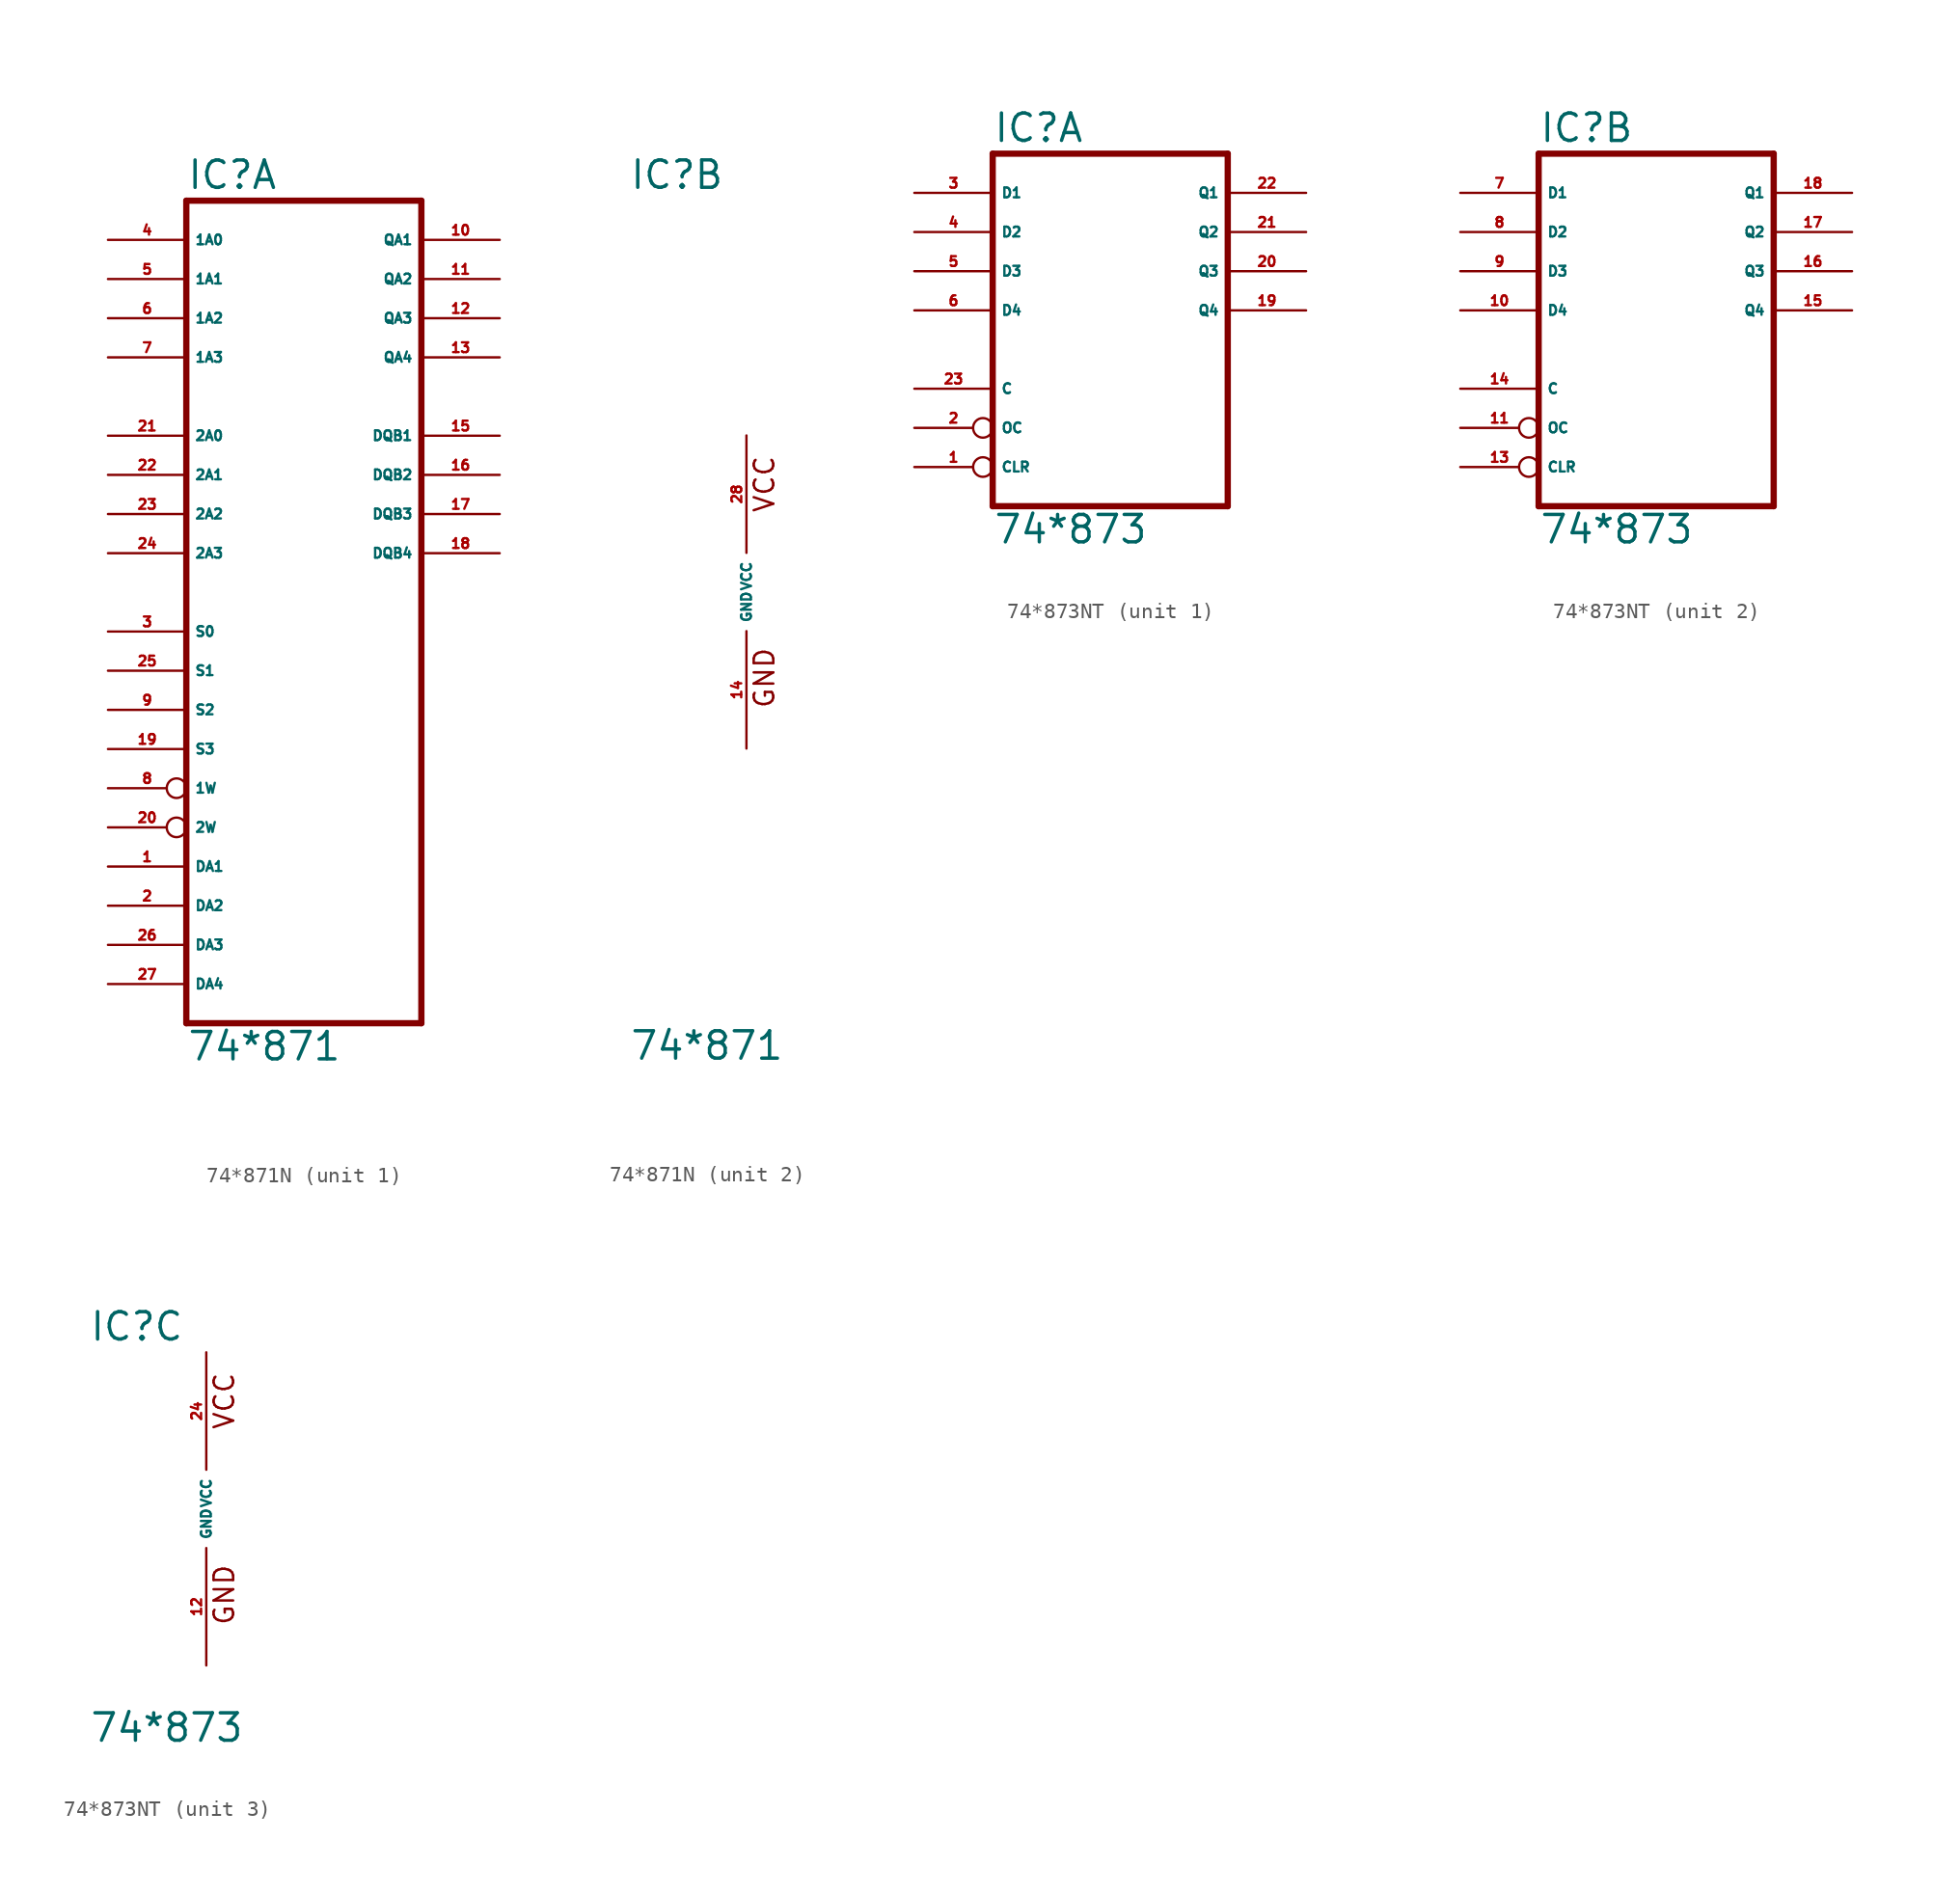
<source format=kicad_sym>
(kicad_symbol_lib
  (version 20220914)
  (generator Eagle2Kicad)
  (symbol "74*871N"
    (property "Reference" "IC"
      (at -7.62 26.035 0)
      (effects (font (size 1.778 1.778) (thickness 0.22)) (justify left bottom)))
    (property "Value" "74*871"
      (at -7.62 -30.48 0)
      (effects (font (size 1.778 1.778) (thickness 0.22)) (justify left bottom)))
    (symbol "74*871N_1_0"
      (polyline (pts (xy -7.62 -27.94) (xy 7.62 -27.94)) (stroke (width 0.406) (type default)) (fill (type none)))
      (polyline (pts (xy 7.62 -27.94) (xy 7.62 25.4)) (stroke (width 0.406) (type default)) (fill (type none)))
      (polyline (pts (xy 7.62 25.4) (xy -7.62 25.4)) (stroke (width 0.406) (type default)) (fill (type none)))
      (polyline (pts (xy -7.62 25.4) (xy -7.62 -27.94)) (stroke (width 0.406) (type default)) (fill (type none)))
      (pin input line (at -12.7 -17.78 0) (length 5.08) (name "DA1" (effects (font (size 0.635 0.635) (thickness 0.08)) (justify left bottom))) (number "1" (effects (font (size 0.635 0.635) (thickness 0.08)) (justify left bottom))))
      (pin input line (at -12.7 -20.32 0) (length 5.08) (name "DA2" (effects (font (size 0.635 0.635) (thickness 0.08)) (justify left bottom))) (number "2" (effects (font (size 0.635 0.635) (thickness 0.08)) (justify left bottom))))
      (pin input line (at -12.7 -2.54 0) (length 5.08) (name "S0" (effects (font (size 0.635 0.635) (thickness 0.08)) (justify left bottom))) (number "3" (effects (font (size 0.635 0.635) (thickness 0.08)) (justify left bottom))))
      (pin input line (at -12.7 22.86 0) (length 5.08) (name "1A0" (effects (font (size 0.635 0.635) (thickness 0.08)) (justify left bottom))) (number "4" (effects (font (size 0.635 0.635) (thickness 0.08)) (justify left bottom))))
      (pin input line (at -12.7 20.32 0) (length 5.08) (name "1A1" (effects (font (size 0.635 0.635) (thickness 0.08)) (justify left bottom))) (number "5" (effects (font (size 0.635 0.635) (thickness 0.08)) (justify left bottom))))
      (pin input line (at -12.7 17.78 0) (length 5.08) (name "1A2" (effects (font (size 0.635 0.635) (thickness 0.08)) (justify left bottom))) (number "6" (effects (font (size 0.635 0.635) (thickness 0.08)) (justify left bottom))))
      (pin input line (at -12.7 15.24 0) (length 5.08) (name "1A3" (effects (font (size 0.635 0.635) (thickness 0.08)) (justify left bottom))) (number "7" (effects (font (size 0.635 0.635) (thickness 0.08)) (justify left bottom))))
      (pin input inverted (at -12.7 -12.7 0) (length 5.08) (name "1W" (effects (font (size 0.635 0.635) (thickness 0.08)) (justify left bottom))) (number "8" (effects (font (size 0.635 0.635) (thickness 0.08)) (justify left bottom))))
      (pin input line (at -12.7 -7.62 0) (length 5.08) (name "S2" (effects (font (size 0.635 0.635) (thickness 0.08)) (justify left bottom))) (number "9" (effects (font (size 0.635 0.635) (thickness 0.08)) (justify left bottom))))
      (pin output line (at 12.7 22.86 180) (length 5.08) (name "QA1" (effects (font (size 0.635 0.635) (thickness 0.08)) (justify left bottom))) (number "10" (effects (font (size 0.635 0.635) (thickness 0.08)) (justify left bottom))))
      (pin output line (at 12.7 20.32 180) (length 5.08) (name "QA2" (effects (font (size 0.635 0.635) (thickness 0.08)) (justify left bottom))) (number "11" (effects (font (size 0.635 0.635) (thickness 0.08)) (justify left bottom))))
      (pin output line (at 12.7 17.78 180) (length 5.08) (name "QA3" (effects (font (size 0.635 0.635) (thickness 0.08)) (justify left bottom))) (number "12" (effects (font (size 0.635 0.635) (thickness 0.08)) (justify left bottom))))
      (pin output line (at 12.7 15.24 180) (length 5.08) (name "QA4" (effects (font (size 0.635 0.635) (thickness 0.08)) (justify left bottom))) (number "13" (effects (font (size 0.635 0.635) (thickness 0.08)) (justify left bottom))))
      (pin bidirectional line (at 12.7 10.16 180) (length 5.08) (name "DQB1" (effects (font (size 0.635 0.635) (thickness 0.08)) (justify left bottom))) (number "15" (effects (font (size 0.635 0.635) (thickness 0.08)) (justify left bottom))))
      (pin bidirectional line (at 12.7 7.62 180) (length 5.08) (name "DQB2" (effects (font (size 0.635 0.635) (thickness 0.08)) (justify left bottom))) (number "16" (effects (font (size 0.635 0.635) (thickness 0.08)) (justify left bottom))))
      (pin bidirectional line (at 12.7 5.08 180) (length 5.08) (name "DQB3" (effects (font (size 0.635 0.635) (thickness 0.08)) (justify left bottom))) (number "17" (effects (font (size 0.635 0.635) (thickness 0.08)) (justify left bottom))))
      (pin bidirectional line (at 12.7 2.54 180) (length 5.08) (name "DQB4" (effects (font (size 0.635 0.635) (thickness 0.08)) (justify left bottom))) (number "18" (effects (font (size 0.635 0.635) (thickness 0.08)) (justify left bottom))))
      (pin input line (at -12.7 -10.16 0) (length 5.08) (name "S3" (effects (font (size 0.635 0.635) (thickness 0.08)) (justify left bottom))) (number "19" (effects (font (size 0.635 0.635) (thickness 0.08)) (justify left bottom))))
      (pin input inverted (at -12.7 -15.24 0) (length 5.08) (name "2W" (effects (font (size 0.635 0.635) (thickness 0.08)) (justify left bottom))) (number "20" (effects (font (size 0.635 0.635) (thickness 0.08)) (justify left bottom))))
      (pin input line (at -12.7 10.16 0) (length 5.08) (name "2A0" (effects (font (size 0.635 0.635) (thickness 0.08)) (justify left bottom))) (number "21" (effects (font (size 0.635 0.635) (thickness 0.08)) (justify left bottom))))
      (pin input line (at -12.7 7.62 0) (length 5.08) (name "2A1" (effects (font (size 0.635 0.635) (thickness 0.08)) (justify left bottom))) (number "22" (effects (font (size 0.635 0.635) (thickness 0.08)) (justify left bottom))))
      (pin input line (at -12.7 5.08 0) (length 5.08) (name "2A2" (effects (font (size 0.635 0.635) (thickness 0.08)) (justify left bottom))) (number "23" (effects (font (size 0.635 0.635) (thickness 0.08)) (justify left bottom))))
      (pin input line (at -12.7 2.54 0) (length 5.08) (name "2A3" (effects (font (size 0.635 0.635) (thickness 0.08)) (justify left bottom))) (number "24" (effects (font (size 0.635 0.635) (thickness 0.08)) (justify left bottom))))
      (pin input line (at -12.7 -5.08 0) (length 5.08) (name "S1" (effects (font (size 0.635 0.635) (thickness 0.08)) (justify left bottom))) (number "25" (effects (font (size 0.635 0.635) (thickness 0.08)) (justify left bottom))))
      (pin input line (at -12.7 -22.86 0) (length 5.08) (name "DA3" (effects (font (size 0.635 0.635) (thickness 0.08)) (justify left bottom))) (number "26" (effects (font (size 0.635 0.635) (thickness 0.08)) (justify left bottom))))
      (pin input line (at -12.7 -25.4 0) (length 5.08) (name "DA4" (effects (font (size 0.635 0.635) (thickness 0.08)) (justify left bottom))) (number "27" (effects (font (size 0.635 0.635) (thickness 0.08)) (justify left bottom)))))
    (symbol "74*871N_2_0"
      (text "GND" (at 1.905 -7.62 900) (effects (font (size 1.27 1.27) (thickness 0.16)) (justify left bottom)))
      (text "VCC" (at 1.905 5.08 900) (effects (font (size 1.27 1.27) (thickness 0.16)) (justify left bottom)))
      (pin unspecified line (at 0 -10.16 90) (length 7.62) (name "GND" (effects (font (size 0.635 0.635) (thickness 0.08)) (justify left bottom))) (number "14" (effects (font (size 0.635 0.635) (thickness 0.08)) (justify left bottom))))
      (pin unspecified line (at 0 10.16 270) (length 7.62) (name "VCC" (effects (font (size 0.635 0.635) (thickness 0.08)) (justify left bottom))) (number "28" (effects (font (size 0.635 0.635) (thickness 0.08)) (justify left bottom))))))
  (symbol "74*873NT"
    (property "Reference" "IC"
      (at -7.62 10.795 0)
      (effects (font (size 1.778 1.778) (thickness 0.22)) (justify left bottom)))
    (property "Value" "74*873"
      (at -7.62 -15.24 0)
      (effects (font (size 1.778 1.778) (thickness 0.22)) (justify left bottom)))
    (symbol "74*873NT_1_0"
      (polyline (pts (xy -7.62 -12.7) (xy 7.62 -12.7)) (stroke (width 0.406) (type default)) (fill (type none)))
      (polyline (pts (xy 7.62 -12.7) (xy 7.62 10.16)) (stroke (width 0.406) (type default)) (fill (type none)))
      (polyline (pts (xy 7.62 10.16) (xy -7.62 10.16)) (stroke (width 0.406) (type default)) (fill (type none)))
      (polyline (pts (xy -7.62 10.16) (xy -7.62 -12.7)) (stroke (width 0.406) (type default)) (fill (type none)))
      (pin input inverted (at -12.7 -10.16 0) (length 5.08) (name "CLR" (effects (font (size 0.635 0.635) (thickness 0.08)) (justify left bottom))) (number "1" (effects (font (size 0.635 0.635) (thickness 0.08)) (justify left bottom))))
      (pin input inverted (at -12.7 -7.62 0) (length 5.08) (name "OC" (effects (font (size 0.635 0.635) (thickness 0.08)) (justify left bottom))) (number "2" (effects (font (size 0.635 0.635) (thickness 0.08)) (justify left bottom))))
      (pin input line (at -12.7 7.62 0) (length 5.08) (name "D1" (effects (font (size 0.635 0.635) (thickness 0.08)) (justify left bottom))) (number "3" (effects (font (size 0.635 0.635) (thickness 0.08)) (justify left bottom))))
      (pin input line (at -12.7 5.08 0) (length 5.08) (name "D2" (effects (font (size 0.635 0.635) (thickness 0.08)) (justify left bottom))) (number "4" (effects (font (size 0.635 0.635) (thickness 0.08)) (justify left bottom))))
      (pin input line (at -12.7 2.54 0) (length 5.08) (name "D3" (effects (font (size 0.635 0.635) (thickness 0.08)) (justify left bottom))) (number "5" (effects (font (size 0.635 0.635) (thickness 0.08)) (justify left bottom))))
      (pin input line (at -12.7 0 0) (length 5.08) (name "D4" (effects (font (size 0.635 0.635) (thickness 0.08)) (justify left bottom))) (number "6" (effects (font (size 0.635 0.635) (thickness 0.08)) (justify left bottom))))
      (pin tri_state line (at 12.7 0 180) (length 5.08) (name "Q4" (effects (font (size 0.635 0.635) (thickness 0.08)) (justify left bottom))) (number "19" (effects (font (size 0.635 0.635) (thickness 0.08)) (justify left bottom))))
      (pin tri_state line (at 12.7 2.54 180) (length 5.08) (name "Q3" (effects (font (size 0.635 0.635) (thickness 0.08)) (justify left bottom))) (number "20" (effects (font (size 0.635 0.635) (thickness 0.08)) (justify left bottom))))
      (pin tri_state line (at 12.7 5.08 180) (length 5.08) (name "Q2" (effects (font (size 0.635 0.635) (thickness 0.08)) (justify left bottom))) (number "21" (effects (font (size 0.635 0.635) (thickness 0.08)) (justify left bottom))))
      (pin tri_state line (at 12.7 7.62 180) (length 5.08) (name "Q1" (effects (font (size 0.635 0.635) (thickness 0.08)) (justify left bottom))) (number "22" (effects (font (size 0.635 0.635) (thickness 0.08)) (justify left bottom))))
      (pin input line (at -12.7 -5.08 0) (length 5.08) (name "C" (effects (font (size 0.635 0.635) (thickness 0.08)) (justify left bottom))) (number "23" (effects (font (size 0.635 0.635) (thickness 0.08)) (justify left bottom)))))
    (symbol "74*873NT_2_0"
      (polyline (pts (xy -7.62 -12.7) (xy 7.62 -12.7)) (stroke (width 0.406) (type default)) (fill (type none)))
      (polyline (pts (xy 7.62 -12.7) (xy 7.62 10.16)) (stroke (width 0.406) (type default)) (fill (type none)))
      (polyline (pts (xy 7.62 10.16) (xy -7.62 10.16)) (stroke (width 0.406) (type default)) (fill (type none)))
      (polyline (pts (xy -7.62 10.16) (xy -7.62 -12.7)) (stroke (width 0.406) (type default)) (fill (type none)))
      (pin input inverted (at -12.7 -10.16 0) (length 5.08) (name "CLR" (effects (font (size 0.635 0.635) (thickness 0.08)) (justify left bottom))) (number "13" (effects (font (size 0.635 0.635) (thickness 0.08)) (justify left bottom))))
      (pin input inverted (at -12.7 -7.62 0) (length 5.08) (name "OC" (effects (font (size 0.635 0.635) (thickness 0.08)) (justify left bottom))) (number "11" (effects (font (size 0.635 0.635) (thickness 0.08)) (justify left bottom))))
      (pin input line (at -12.7 7.62 0) (length 5.08) (name "D1" (effects (font (size 0.635 0.635) (thickness 0.08)) (justify left bottom))) (number "7" (effects (font (size 0.635 0.635) (thickness 0.08)) (justify left bottom))))
      (pin input line (at -12.7 5.08 0) (length 5.08) (name "D2" (effects (font (size 0.635 0.635) (thickness 0.08)) (justify left bottom))) (number "8" (effects (font (size 0.635 0.635) (thickness 0.08)) (justify left bottom))))
      (pin input line (at -12.7 2.54 0) (length 5.08) (name "D3" (effects (font (size 0.635 0.635) (thickness 0.08)) (justify left bottom))) (number "9" (effects (font (size 0.635 0.635) (thickness 0.08)) (justify left bottom))))
      (pin input line (at -12.7 0 0) (length 5.08) (name "D4" (effects (font (size 0.635 0.635) (thickness 0.08)) (justify left bottom))) (number "10" (effects (font (size 0.635 0.635) (thickness 0.08)) (justify left bottom))))
      (pin tri_state line (at 12.7 0 180) (length 5.08) (name "Q4" (effects (font (size 0.635 0.635) (thickness 0.08)) (justify left bottom))) (number "15" (effects (font (size 0.635 0.635) (thickness 0.08)) (justify left bottom))))
      (pin tri_state line (at 12.7 2.54 180) (length 5.08) (name "Q3" (effects (font (size 0.635 0.635) (thickness 0.08)) (justify left bottom))) (number "16" (effects (font (size 0.635 0.635) (thickness 0.08)) (justify left bottom))))
      (pin tri_state line (at 12.7 5.08 180) (length 5.08) (name "Q2" (effects (font (size 0.635 0.635) (thickness 0.08)) (justify left bottom))) (number "17" (effects (font (size 0.635 0.635) (thickness 0.08)) (justify left bottom))))
      (pin tri_state line (at 12.7 7.62 180) (length 5.08) (name "Q1" (effects (font (size 0.635 0.635) (thickness 0.08)) (justify left bottom))) (number "18" (effects (font (size 0.635 0.635) (thickness 0.08)) (justify left bottom))))
      (pin input line (at -12.7 -5.08 0) (length 5.08) (name "C" (effects (font (size 0.635 0.635) (thickness 0.08)) (justify left bottom))) (number "14" (effects (font (size 0.635 0.635) (thickness 0.08)) (justify left bottom)))))
    (symbol "74*873NT_3_0"
      (text "GND" (at 1.905 -7.62 900) (effects (font (size 1.27 1.27) (thickness 0.16)) (justify left bottom)))
      (text "VCC" (at 1.905 5.08 900) (effects (font (size 1.27 1.27) (thickness 0.16)) (justify left bottom)))
      (pin unspecified line (at 0 -10.16 90) (length 7.62) (name "GND" (effects (font (size 0.635 0.635) (thickness 0.08)) (justify left bottom))) (number "12" (effects (font (size 0.635 0.635) (thickness 0.08)) (justify left bottom))))
      (pin unspecified line (at 0 10.16 270) (length 7.62) (name "VCC" (effects (font (size 0.635 0.635) (thickness 0.08)) (justify left bottom))) (number "24" (effects (font (size 0.635 0.635) (thickness 0.08)) (justify left bottom)))))))
</source>
